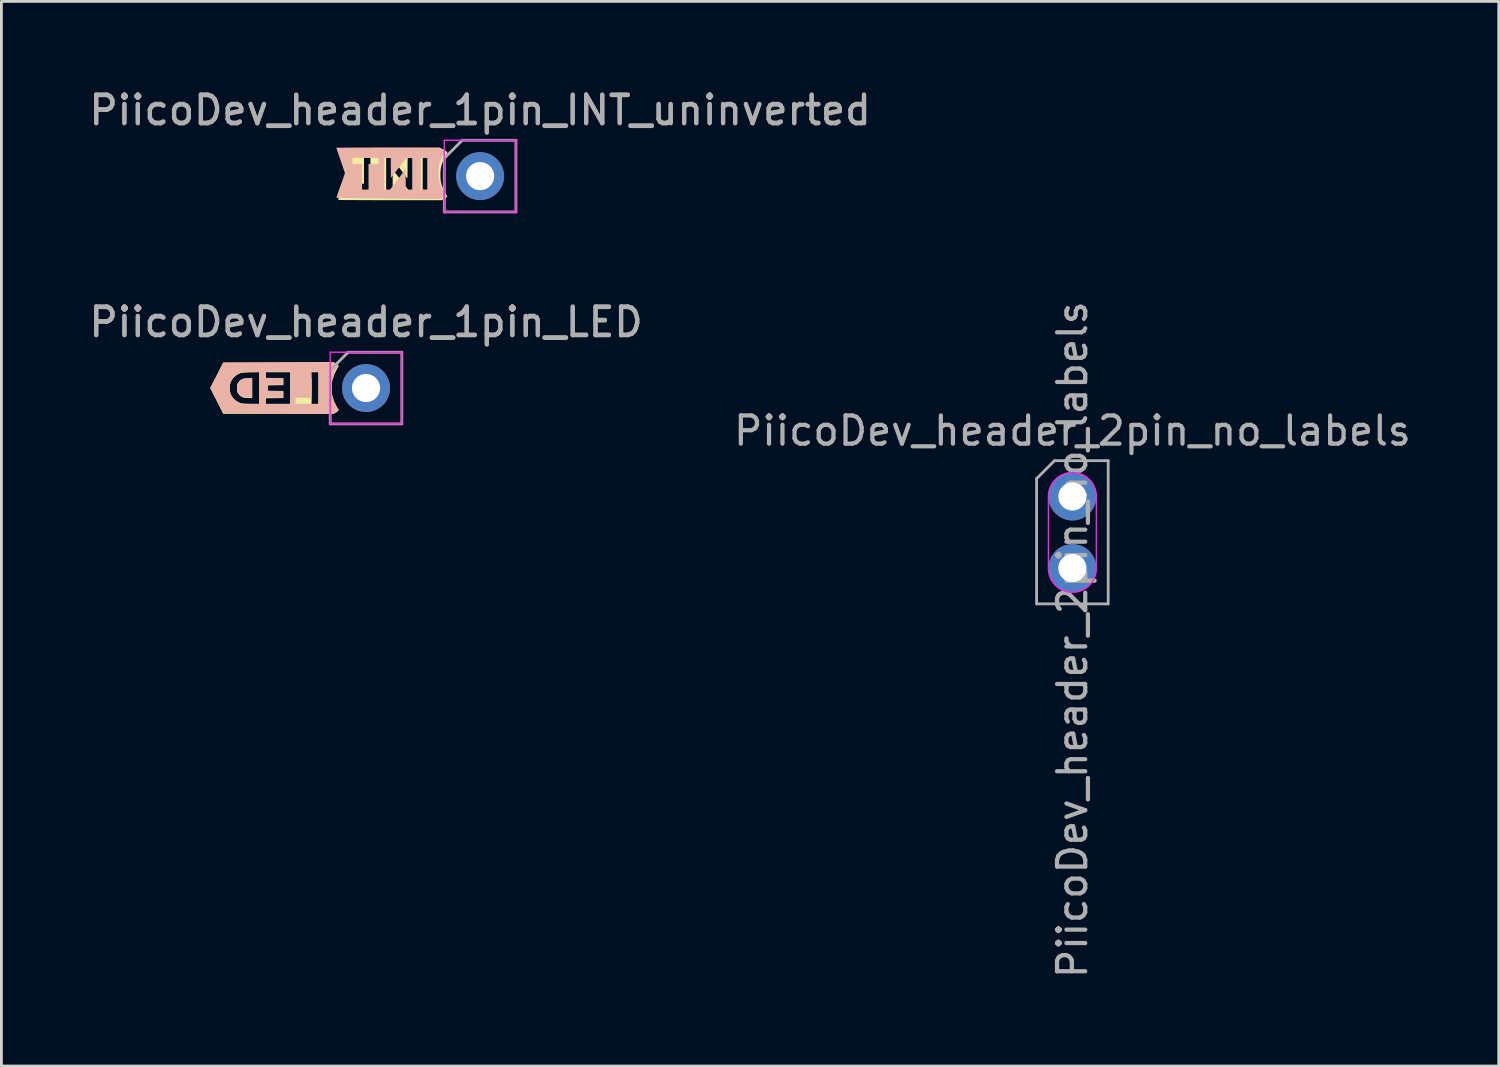
<source format=kicad_pcb>
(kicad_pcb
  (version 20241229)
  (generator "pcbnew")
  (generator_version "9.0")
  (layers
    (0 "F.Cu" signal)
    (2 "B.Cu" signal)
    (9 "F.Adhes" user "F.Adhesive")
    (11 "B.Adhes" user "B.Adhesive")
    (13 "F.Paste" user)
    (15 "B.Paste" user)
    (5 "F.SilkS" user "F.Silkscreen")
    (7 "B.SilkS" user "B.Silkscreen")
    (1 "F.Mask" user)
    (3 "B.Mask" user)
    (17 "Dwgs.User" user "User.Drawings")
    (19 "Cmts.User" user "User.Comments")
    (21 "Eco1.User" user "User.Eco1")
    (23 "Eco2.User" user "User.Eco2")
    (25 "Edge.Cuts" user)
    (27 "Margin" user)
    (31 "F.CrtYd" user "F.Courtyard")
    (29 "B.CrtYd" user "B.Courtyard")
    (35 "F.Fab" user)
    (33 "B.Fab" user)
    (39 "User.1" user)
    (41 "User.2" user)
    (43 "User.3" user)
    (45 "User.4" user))
  (footprint "PiicoDev_header_1pin_LED"
    (layer "F.Cu")
    (at 9.935 10.716)
    (property "Reference" "PiicoDev_header_1pin_LED" (at 0 -2.33 180) (layer "F.Fab") (effects (font (size 1 1) (thickness 0.15))))
    (attr through_hole)
    (fp_poly (pts (xy -4.188 0.353) (xy -4.27 0.348) (xy -4.333 0.34) (xy -4.382 0.326) (xy -4.424 0.305) (xy -4.464 0.276) (xy -4.475 0.266) (xy -4.522 0.218) (xy -4.554 0.167) (xy -4.571 0.107) (xy -4.578 0.031) (xy -4.578 0.006) (xy -4.574 -0.075) (xy -4.56 -0.139) (xy -4.533 -0.192) (xy -4.49 -0.24) (xy -4.475 -0.254) (xy -4.435 -0.286) (xy -4.394 -0.309) (xy -4.347 -0.324) (xy -4.288 -0.334) (xy -4.212 -0.339) (xy -4.188 -0.34) (xy -4.039 -0.346) (xy -4.039 0.359) (xy -4.188 0.353)) (stroke (width 0) (type solid)) (fill yes) (layer "F.SilkS"))
    (fp_poly (pts (xy -5.296 0.456) (xy -5.526 -0.002) (xy -5.301 -0.436) (xy -5.251 -0.533) (xy -5.204 -0.623) (xy -5.162 -0.703) (xy -5.127 -0.771) (xy -5.098 -0.825) (xy -5.079 -0.861) (xy -5.069 -0.878) (xy -5.069 -0.879) (xy -5.055 -0.88) (xy -5.018 -0.882) (xy -4.959 -0.883) (xy -4.879 -0.885) (xy -4.78 -0.887) (xy -4.664 -0.889) (xy -4.533 -0.891) (xy -4.388 -0.893) (xy -4.23 -0.895) (xy -4.062 -0.897) (xy -3.885 -0.899) (xy -3.701 -0.901) (xy -3.683 -0.901) (xy -3.484 -0.903) (xy -3.283 -0.904) (xy -3.082 -0.906) (xy -2.884 -0.908) (xy -2.691 -0.91) (xy -2.507 -0.912) (xy -2.333 -0.914) (xy -2.173 -0.915) (xy -2.029 -0.917) (xy -1.904 -0.918) (xy -1.8 -0.919) (xy -1.753 -0.92) (xy -1.623 -0.921) (xy -1.505 -0.921) (xy -1.399 -0.921) (xy -1.309 -0.92) (xy -1.237 -0.919) (xy -1.185 -0.917) (xy -1.155 -0.914) (xy -1.152 -0.914) (xy -1.111 -0.898) (xy -1.065 -0.874) (xy -1.022 -0.845) (xy -0.99 -0.817) (xy -0.98 -0.803) (xy -0.978 -0.785) (xy -0.987 -0.756) (xy -1.009 -0.712) (xy -1.031 -0.673) (xy -1.087 -0.56) (xy -3.797 -0.56) (xy -4.093 -0.556) (xy -4.195 -0.554) (xy -4.275 -0.551) (xy -4.337 -0.548) (xy -4.384 -0.544) (xy -4.421 -0.538) (xy -4.449 -0.531) (xy -4.453 -0.529) (xy -4.549 -0.486) (xy -4.637 -0.424) (xy -4.715 -0.347) (xy -4.775 -0.261) (xy -4.809 -0.187) (xy -4.825 -0.121) (xy -4.833 -0.041) (xy -4.833 0.044) (xy -4.825 0.126) (xy -4.81 0.196) (xy -4.803 0.216) (xy -4.749 0.318) (xy -4.674 0.406) (xy -4.6 0.466) (xy -4.556 0.495) (xy -4.516 0.517) (xy -4.476 0.534) (xy -4.432 0.547) (xy -4.38 0.556) (xy -4.316 0.562) (xy -4.236 0.565) (xy -4.136 0.568) (xy -4.093 0.568) (xy -3.797 0.573) (xy -3.797 -0.56) (xy -1.087 -0.56) (xy -1.115 -0.502) (xy -1.18 -0.318) (xy -1.197 -0.257) (xy -1.214 -0.164) (xy -1.223 -0.058) (xy -1.226 0.055) (xy -1.221 0.166) (xy -1.208 0.266) (xy -1.196 0.324) (xy -1.167 0.413) (xy -1.128 0.508) (xy -1.096 0.572) (xy -1.689 0.572) (xy -1.689 -0.559) (xy -2.502 -0.559) (xy -2.502 -0.343) (xy -1.93 -0.343) (xy -1.93 0.572) (xy -2.692 0.572) (xy -2.692 -0.559) (xy -3.556 -0.559) (xy -3.556 -0.343) (xy -2.934 -0.343) (xy -2.934 -0.102) (xy -3.204 -0.099) (xy -3.473 -0.095) (xy -3.477 0.01) (xy -3.481 0.114) (xy -3.207 0.114) (xy -2.934 0.114) (xy -2.934 0.355) (xy -3.242 0.359) (xy -3.55 0.362) (xy -3.553 0.467) (xy -3.557 0.572) (xy -2.692 0.572) (xy -1.93 0.572) (xy -1.689 0.572) (xy -1.096 0.572) (xy -1.083 0.599) (xy -1.036 0.678) (xy -1.015 0.707) (xy -0.966 0.773) (xy -1.012 0.813) (xy -1.053 0.844) (xy -1.101 0.873) (xy -1.123 0.884) (xy -1.187 0.914) (xy -3.127 0.914) (xy -5.067 0.914) (xy -5.296 0.456)) (stroke (width 0) (type solid)) (fill yes) (layer "F.SilkS"))
    (fp_poly (pts (xy -4.188 -0.353) (xy -4.27 -0.348) (xy -4.333 -0.34) (xy -4.382 -0.326) (xy -4.424 -0.305) (xy -4.464 -0.276) (xy -4.475 -0.266) (xy -4.522 -0.218) (xy -4.554 -0.167) (xy -4.571 -0.107) (xy -4.578 -0.031) (xy -4.578 -0.006) (xy -4.574 0.075) (xy -4.56 0.139) (xy -4.533 0.192) (xy -4.49 0.24) (xy -4.475 0.254) (xy -4.435 0.286) (xy -4.394 0.309) (xy -4.347 0.324) (xy -4.288 0.334) (xy -4.212 0.339) (xy -4.188 0.34) (xy -4.039 0.346) (xy -4.039 -0.359) (xy -4.188 -0.353)) (stroke (width 0) (type solid)) (fill yes) (layer "B.SilkS"))
    (fp_poly (pts (xy -5.296 -0.456) (xy -5.526 0.002) (xy -5.301 0.436) (xy -5.251 0.533) (xy -5.204 0.623) (xy -5.162 0.703) (xy -5.127 0.771) (xy -5.098 0.825) (xy -5.079 0.861) (xy -5.069 0.878) (xy -5.069 0.879) (xy -5.055 0.88) (xy -5.018 0.882) (xy -4.959 0.883) (xy -4.879 0.885) (xy -4.78 0.887) (xy -4.664 0.889) (xy -4.533 0.891) (xy -4.388 0.893) (xy -4.23 0.895) (xy -4.062 0.897) (xy -3.885 0.899) (xy -3.701 0.901) (xy -3.683 0.901) (xy -3.484 0.903) (xy -3.283 0.904) (xy -3.082 0.906) (xy -2.884 0.908) (xy -2.691 0.91) (xy -2.507 0.912) (xy -2.333 0.914) (xy -2.173 0.915) (xy -2.029 0.917) (xy -1.904 0.918) (xy -1.8 0.919) (xy -1.753 0.92) (xy -1.623 0.921) (xy -1.505 0.921) (xy -1.399 0.921) (xy -1.309 0.92) (xy -1.237 0.919) (xy -1.185 0.917) (xy -1.155 0.914) (xy -1.152 0.914) (xy -1.111 0.898) (xy -1.065 0.874) (xy -1.022 0.845) (xy -0.99 0.817) (xy -0.98 0.803) (xy -0.978 0.785) (xy -0.987 0.756) (xy -1.009 0.712) (xy -1.031 0.673) (xy -1.087 0.56) (xy -3.797 0.56) (xy -4.093 0.556) (xy -4.195 0.554) (xy -4.275 0.551) (xy -4.337 0.548) (xy -4.384 0.544) (xy -4.421 0.538) (xy -4.449 0.531) (xy -4.453 0.529) (xy -4.549 0.486) (xy -4.637 0.424) (xy -4.715 0.347) (xy -4.775 0.261) (xy -4.809 0.187) (xy -4.825 0.121) (xy -4.833 0.041) (xy -4.833 -0.044) (xy -4.825 -0.126) (xy -4.81 -0.196) (xy -4.803 -0.216) (xy -4.749 -0.318) (xy -4.674 -0.406) (xy -4.6 -0.466) (xy -4.556 -0.495) (xy -4.516 -0.517) (xy -4.476 -0.534) (xy -4.432 -0.547) (xy -4.38 -0.556) (xy -4.316 -0.562) (xy -4.236 -0.565) (xy -4.136 -0.568) (xy -4.093 -0.568) (xy -3.797 -0.573) (xy -3.797 0.56) (xy -1.087 0.56) (xy -1.115 0.502) (xy -1.18 0.318) (xy -1.197 0.257) (xy -1.214 0.164) (xy -1.223 0.058) (xy -1.226 -0.055) (xy -1.221 -0.166) (xy -1.208 -0.266) (xy -1.196 -0.324) (xy -1.167 -0.413) (xy -1.128 -0.508) (xy -1.096 -0.572) (xy -1.689 -0.572) (xy -1.689 0.559) (xy -2.502 0.559) (xy -2.502 0.343) (xy -1.93 0.343) (xy -1.93 -0.572) (xy -2.692 -0.572) (xy -2.692 0.559) (xy -3.556 0.559) (xy -3.556 0.343) (xy -2.934 0.343) (xy -2.934 0.102) (xy -3.204 0.099) (xy -3.473 0.095) (xy -3.477 -0.01) (xy -3.481 -0.114) (xy -3.207 -0.114) (xy -2.934 -0.114) (xy -2.934 -0.355) (xy -3.242 -0.359) (xy -3.55 -0.362) (xy -3.553 -0.467) (xy -3.557 -0.572) (xy -2.692 -0.572) (xy -1.93 -0.572) (xy -1.689 -0.572) (xy -1.096 -0.572) (xy -1.083 -0.599) (xy -1.036 -0.678) (xy -1.015 -0.707) (xy -0.966 -0.773) (xy -1.012 -0.813) (xy -1.053 -0.844) (xy -1.101 -0.873) (xy -1.123 -0.884) (xy -1.187 -0.914) (xy -3.127 -0.914) (xy -5.067 -0.914) (xy -5.296 -0.456)) (stroke (width 0) (type solid)) (fill yes) (layer "B.SilkS"))
    (fp_line (start -1.27 -1.27) (end -1.27 1.27) (stroke (width 0.05) (type solid)) (layer "F.CrtYd"))
    (fp_line (start -1.27 -1.27) (end 1.27 -1.27) (stroke (width 0.05) (type solid)) (layer "F.CrtYd"))
    (fp_line (start -1.27 1.27) (end 1.27 1.27) (stroke (width 0.05) (type solid)) (layer "F.CrtYd"))
    (fp_line (start 1.27 -1.27) (end 1.27 1.27) (stroke (width 0.05) (type solid)) (layer "F.CrtYd"))
    (fp_line (start -1.27 -0.635) (end -0.635 -1.27) (stroke (width 0.1) (type solid)) (layer "F.Fab"))
    (fp_line (start -1.27 1.27) (end -1.27 -0.635) (stroke (width 0.1) (type solid)) (layer "F.Fab"))
    (fp_line (start -0.635 -1.27) (end 1.27 -1.27) (stroke (width 0.1) (type solid)) (layer "F.Fab"))
    (fp_line (start 1.27 -1.27) (end 1.27 1.27) (stroke (width 0.1) (type solid)) (layer "F.Fab"))
    (fp_line (start 1.27 1.27) (end -1.27 1.27) (stroke (width 0.1) (type solid)) (layer "F.Fab"))
    (fp_text user "${REFERENCE}" (at 0 -2.35 180) (layer "F.Fab") (effects (font (size 1 1) (thickness 0.15))))
    (pad "1" thru_hole circle (at 0 0) (size 1.7 1.7) (drill 1) (layers "*.Cu" "*.Mask")))
  (footprint "PiicoDev_header_1pin_INT_uninverted"
    (layer "F.Cu")
    (at 13.982 3.198)
    (property "Reference" "PiicoDev_header_1pin_INT_uninverted" (at 0 -2.33 180) (layer "F.Fab") (effects (font (size 1 1) (thickness 0.15))))
    (attr through_hole)
    (fp_poly (pts (xy -3.415 0.853) (xy -3.622 0.853) (xy -3.82 0.853) (xy -4.008 0.852) (xy -4.185 0.852) (xy -4.349 0.851) (xy -4.499 0.85) (xy -4.634 0.85) (xy -4.751 0.849) (xy -4.85 0.848) (xy -4.929 0.847) (xy -4.987 0.845) (xy -5.023 0.844) (xy -5.034 0.843) (xy -5.03 0.829) (xy -5.019 0.794) (xy -5.001 0.74) (xy -4.977 0.671) (xy -4.949 0.588) (xy -4.917 0.495) (xy -4.883 0.395) (xy -4.882 0.393) (xy -4.847 0.292) (xy -4.815 0.199) (xy -4.787 0.117) (xy -4.763 0.047) (xy -4.745 -0.007) (xy -4.734 -0.043) (xy -4.729 -0.057) (xy -4.729 -0.057) (xy -4.734 -0.071) (xy -4.745 -0.106) (xy -4.764 -0.159) (xy -4.788 -0.229) (xy -4.817 -0.31) (xy -4.85 -0.403) (xy -4.884 -0.496) (xy -4.919 -0.595) (xy -4.951 -0.686) (xy -4.979 -0.767) (xy -5.002 -0.835) (xy -5.019 -0.887) (xy -5.028 -0.92) (xy -5.031 -0.933) (xy -5.018 -0.933) (xy -4.981 -0.934) (xy -4.922 -0.936) (xy -4.843 -0.937) (xy -4.746 -0.939) (xy -4.633 -0.941) (xy -4.504 -0.942) (xy -4.362 -0.944) (xy -4.209 -0.947) (xy -4.047 -0.949) (xy -3.877 -0.951) (xy -3.7 -0.953) (xy -3.519 -0.955) (xy -3.336 -0.957) (xy -3.152 -0.96) (xy -2.969 -0.962) (xy -2.789 -0.964) (xy -2.613 -0.966) (xy -2.444 -0.967) (xy -2.282 -0.969) (xy -2.131 -0.97) (xy -1.99 -0.972) (xy -1.864 -0.973) (xy -1.752 -0.973) (xy -1.657 -0.974) (xy -1.58 -0.974) (xy -1.542 -0.974) (xy -1.465 -0.973) (xy -1.408 -0.971) (xy -1.365 -0.966) (xy -1.33 -0.958) (xy -1.306 -0.949) (xy -1.26 -0.926) (xy -1.216 -0.896) (xy -1.201 -0.882) (xy -1.16 -0.84) (xy -1.217 -0.746) (xy -1.295 -0.593) (xy -1.357 -0.424) (xy -1.379 -0.345) (xy -1.397 -0.247) (xy -1.407 -0.134) (xy -1.409 -0.014) (xy -1.403 0.104) (xy -1.39 0.212) (xy -1.379 0.262) (xy -1.353 0.347) (xy -1.317 0.441) (xy -1.297 0.485) (xy -1.809 0.485) (xy -1.809 -0.645) (xy -2.037 -0.645) (xy -2.037 0.485) (xy -2.342 0.485) (xy -2.342 -0.645) (xy -2.57 -0.645) (xy -2.574 -0.279) (xy -2.577 0.087) (xy -2.855 -0.279) (xy -3.133 -0.645) (xy -3.333 -0.645) (xy -3.333 0.485) (xy -3.536 0.485) (xy -3.536 0.269) (xy -3.891 0.269) (xy -3.891 -0.645) (xy -4.12 -0.645) (xy -4.12 0.269) (xy -4.463 0.269) (xy -4.463 0.485) (xy -3.536 0.485) (xy -3.333 0.485) (xy -3.218 0.485) (xy -3.104 0.485) (xy -3.101 0.127) (xy -3.098 -0.231) (xy -2.552 0.485) (xy -2.342 0.485) (xy -2.037 0.485) (xy -1.809 0.485) (xy -1.297 0.485) (xy -1.274 0.534) (xy -1.23 0.618) (xy -1.201 0.663) (xy -1.161 0.72) (xy -1.202 0.755) (xy -1.239 0.782) (xy -1.284 0.81) (xy -1.306 0.822) (xy -1.369 0.853) (xy -3.202 0.853) (xy -3.415 0.853)) (stroke (width 0) (type solid)) (fill yes) (layer "F.SilkS"))
    (fp_poly (pts (xy -3.482 -1.016) (xy -3.689 -1.016) (xy -3.887 -1.015) (xy -4.075 -1.015) (xy -4.252 -1.014) (xy -4.416 -1.014) (xy -4.566 -1.013) (xy -4.7 -1.012) (xy -4.818 -1.011) (xy -4.917 -1.01) (xy -4.996 -1.009) (xy -5.054 -1.008) (xy -5.09 -1.007) (xy -5.101 -1.006) (xy -5.097 -0.992) (xy -5.086 -0.957) (xy -5.068 -0.903) (xy -5.044 -0.833) (xy -5.016 -0.751) (xy -4.984 -0.658) (xy -4.949 -0.558) (xy -4.949 -0.556) (xy -4.914 -0.455) (xy -4.882 -0.362) (xy -4.854 -0.279) (xy -4.83 -0.21) (xy -4.812 -0.156) (xy -4.8 -0.12) (xy -4.796 -0.106) (xy -4.796 -0.106) (xy -4.8 -0.092) (xy -4.812 -0.057) (xy -4.831 -0.003) (xy -4.855 0.066) (xy -4.884 0.148) (xy -4.917 0.24) (xy -4.95 0.334) (xy -4.986 0.433) (xy -5.018 0.524) (xy -5.046 0.605) (xy -5.068 0.672) (xy -5.085 0.724) (xy -5.095 0.758) (xy -5.097 0.77) (xy -5.084 0.771) (xy -5.048 0.772) (xy -4.989 0.773) (xy -4.91 0.774) (xy -4.813 0.776) (xy -4.699 0.778) (xy -4.571 0.78) (xy -4.429 0.782) (xy -4.276 0.784) (xy -4.114 0.786) (xy -3.943 0.788) (xy -3.767 0.79) (xy -3.586 0.793) (xy -3.403 0.795) (xy -3.219 0.797) (xy -3.036 0.799) (xy -2.856 0.801) (xy -2.68 0.803) (xy -2.51 0.805) (xy -2.349 0.806) (xy -2.197 0.808) (xy -2.057 0.809) (xy -1.93 0.81) (xy -1.819 0.811) (xy -1.724 0.811) (xy -1.647 0.812) (xy -1.609 0.812) (xy -1.532 0.811) (xy -1.475 0.808) (xy -1.432 0.803) (xy -1.397 0.795) (xy -1.373 0.787) (xy -1.327 0.764) (xy -1.283 0.733) (xy -1.268 0.72) (xy -1.227 0.677) (xy -1.283 0.583) (xy -1.362 0.43) (xy -1.424 0.261) (xy -1.446 0.182) (xy -1.464 0.084) (xy -1.474 -0.029) (xy -1.476 -0.149) (xy -1.47 -0.267) (xy -1.456 -0.375) (xy -1.446 -0.425) (xy -1.42 -0.51) (xy -1.384 -0.603) (xy -1.363 -0.648) (xy -1.875 -0.648) (xy -1.875 0.483) (xy -2.104 0.483) (xy -2.104 -0.648) (xy -2.409 -0.648) (xy -2.409 0.483) (xy -2.637 0.483) (xy -2.64 0.117) (xy -2.644 -0.249) (xy -2.922 0.117) (xy -3.2 0.483) (xy -3.399 0.483) (xy -3.399 -0.648) (xy -3.602 -0.648) (xy -3.602 -0.432) (xy -3.958 -0.432) (xy -3.958 0.483) (xy -4.187 0.483) (xy -4.187 -0.432) (xy -4.53 -0.432) (xy -4.53 -0.648) (xy -3.602 -0.648) (xy -3.399 -0.648) (xy -3.285 -0.648) (xy -3.171 -0.648) (xy -3.168 -0.29) (xy -3.164 0.068) (xy -2.618 -0.648) (xy -2.409 -0.648) (xy -2.104 -0.648) (xy -1.875 -0.648) (xy -1.363 -0.648) (xy -1.341 -0.697) (xy -1.296 -0.78) (xy -1.268 -0.826) (xy -1.228 -0.883) (xy -1.269 -0.918) (xy -1.305 -0.944) (xy -1.351 -0.972) (xy -1.373 -0.984) (xy -1.436 -1.016) (xy -3.268 -1.016) (xy -3.482 -1.016)) (stroke (width 0) (type solid)) (fill yes) (layer "B.SilkS"))
    (fp_line (start -1.27 -1.27) (end 1.27 -1.27) (stroke (width 0.05) (type solid)) (layer "F.CrtYd"))
    (fp_line (start -1.27 1.27) (end -1.27 -1.27) (stroke (width 0.05) (type solid)) (layer "F.CrtYd"))
    (fp_line (start -1.27 1.27) (end 1.27 1.27) (stroke (width 0.05) (type solid)) (layer "F.CrtYd"))
    (fp_line (start 1.27 1.27) (end 1.27 -1.27) (stroke (width 0.05) (type solid)) (layer "F.CrtYd"))
    (fp_line (start -1.27 -0.635) (end -0.635 -1.27) (stroke (width 0.1) (type solid)) (layer "F.Fab"))
    (fp_line (start -1.27 1.27) (end -1.27 -0.635) (stroke (width 0.1) (type solid)) (layer "F.Fab"))
    (fp_line (start -0.635 -1.27) (end 1.27 -1.27) (stroke (width 0.1) (type solid)) (layer "F.Fab"))
    (fp_line (start 1.27 -1.27) (end 1.27 1.27) (stroke (width 0.1) (type solid)) (layer "F.Fab"))
    (fp_line (start 1.27 1.27) (end -1.27 1.27) (stroke (width 0.1) (type solid)) (layer "F.Fab"))
    (fp_text user "${REFERENCE}" (at 0 -2.35 180) (layer "F.Fab") (effects (font (size 1 1) (thickness 0.15))))
    (pad "1" thru_hole circle (at 0 0) (size 1.7 1.7) (drill 1) (layers "*.Cu" "*.Mask")))
  (footprint "PiicoDev_header_2pin_no_labels"
    (layer "F.Cu")
    (at 34.994 14.563)
    (property "Reference" "PiicoDev_header_2pin_no_labels" (at 0 -2.33 0) (layer "F.Fab") (effects (font (size 1 1) (thickness 0.15))))
    (attr through_hole)
    (fp_line (start -0.85 0) (end -0.85 2.55) (stroke (width 0.05) (type solid)) (layer "F.CrtYd"))
    (fp_line (start 0.85 0) (end 0.85 2.55) (stroke (width 0.05) (type solid)) (layer "F.CrtYd"))
    (fp_arc (start -0.85 0) (mid 0 -0.85) (end 0.85 0) (stroke (width 0.05) (type solid)) (layer "F.CrtYd"))
    (fp_arc (start 0.85 2.55) (mid 0 3.4) (end -0.85 2.55) (stroke (width 0.05) (type solid)) (layer "F.CrtYd"))
    (fp_line (start -1.27 -0.635) (end -0.635 -1.27) (stroke (width 0.1) (type solid)) (layer "F.Fab"))
    (fp_line (start -1.27 3.81) (end -1.27 -0.635) (stroke (width 0.1) (type solid)) (layer "F.Fab"))
    (fp_line (start -0.635 -1.27) (end 1.27 -1.27) (stroke (width 0.1) (type solid)) (layer "F.Fab"))
    (fp_line (start 1.27 -1.27) (end 1.27 3.81) (stroke (width 0.1) (type solid)) (layer "F.Fab"))
    (fp_line (start 1.27 3.81) (end -1.27 3.81) (stroke (width 0.1) (type solid)) (layer "F.Fab"))
    (fp_text user "${REFERENCE}" (at 0 5.08 90) (layer "F.Fab") (effects (font (size 1 1) (thickness 0.15))))
    (pad "1" thru_hole circle (at 0 0) (size 1.7 1.7) (drill 1) (layers "*.Cu" "*.Mask"))
    (pad "2" thru_hole oval (at 0 2.54) (size 1.7 1.7) (drill 1) (layers "*.Cu" "*.Mask")))
  (gr_rect
    (start -3 -3)
    (end 50.119 34.768)
    (stroke (width 0.1) (type default))
    (fill no)
    (layer "Edge.Cuts")))
</source>
